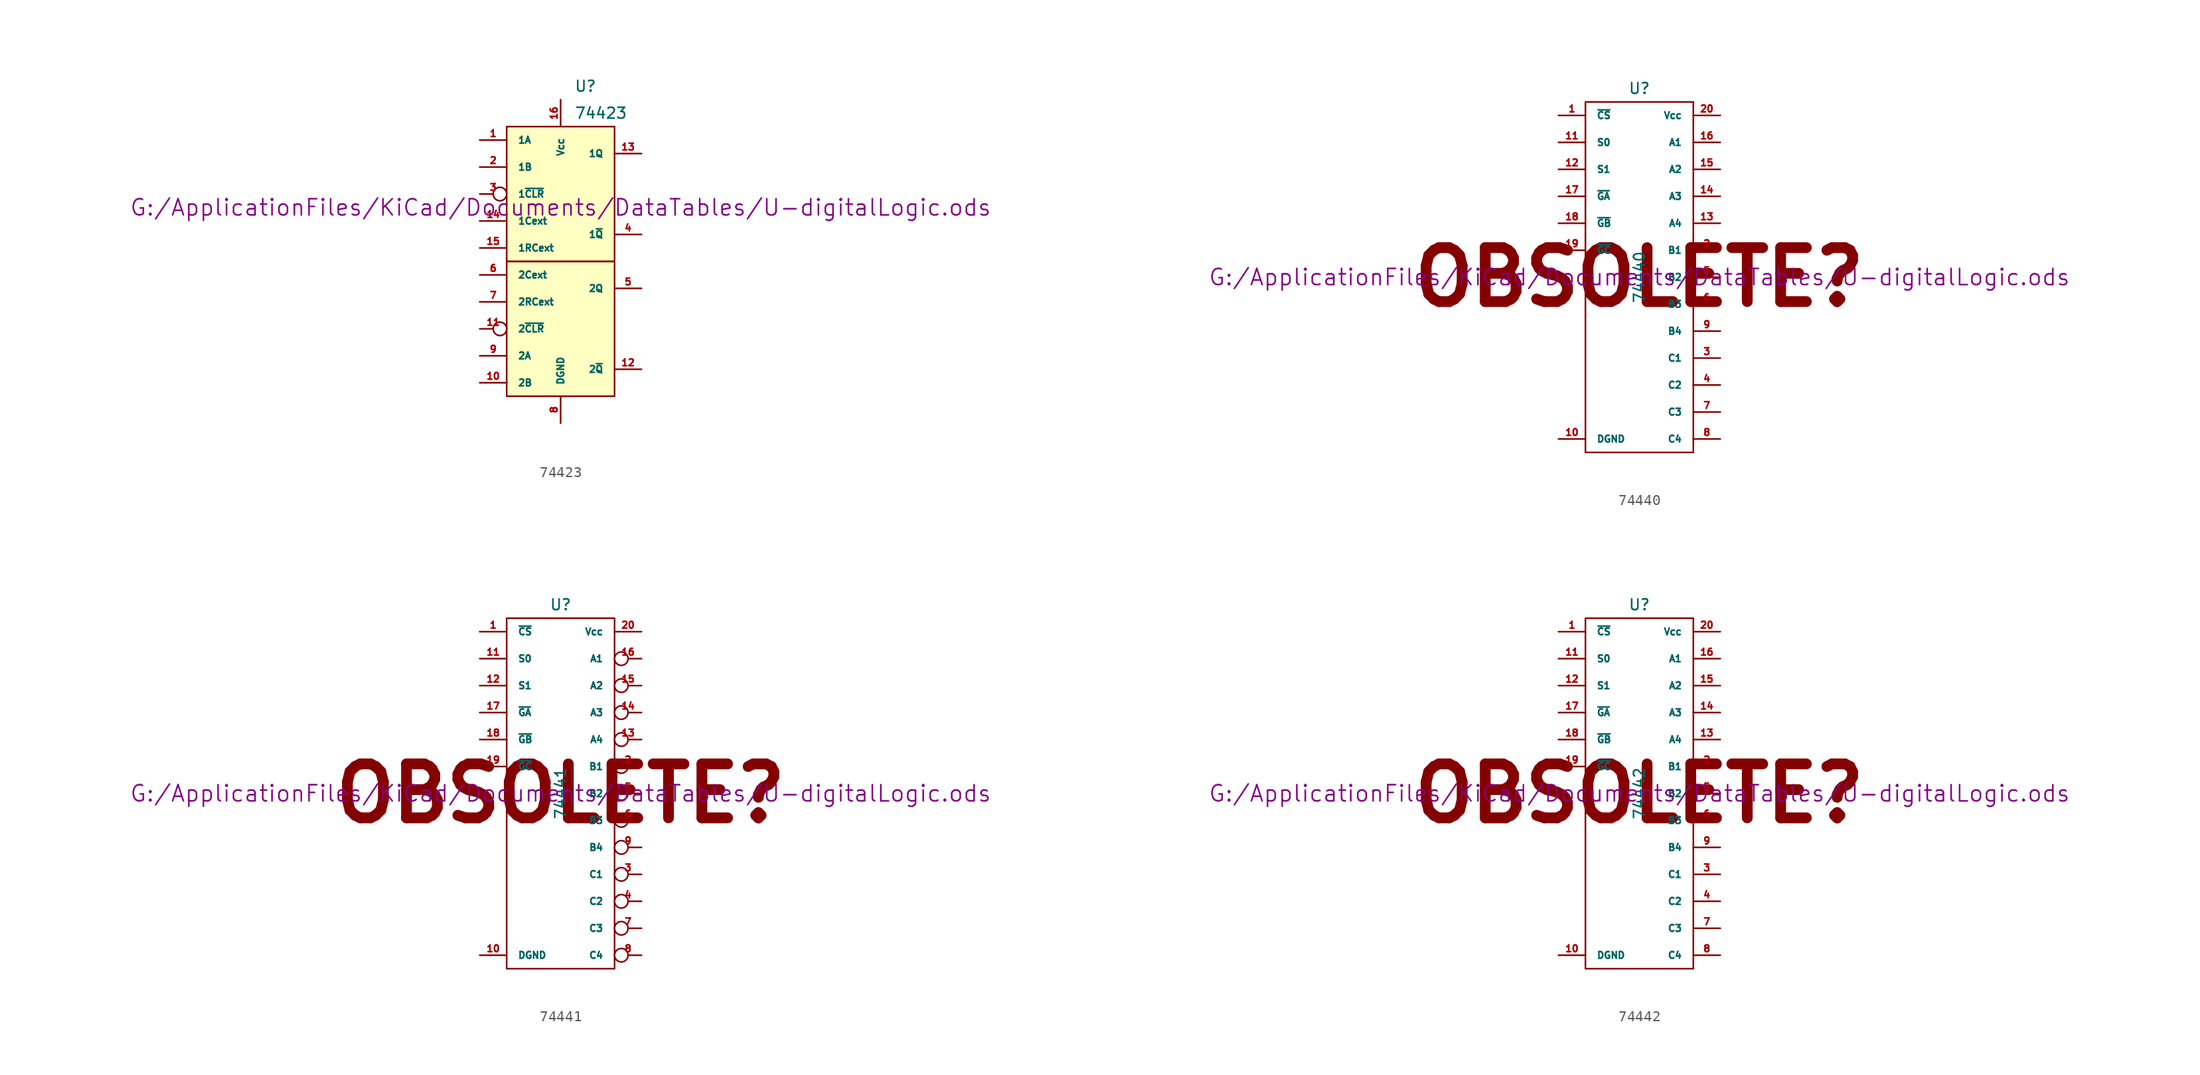
<source format=kicad_sym>
(kicad_symbol_lib
  (version 20211014)
  (generator kicad_symbol_editor)
  (symbol "74423"
    (pin_names
      (offset 1.016))
    (property "Reference" "U"
      (at 1.27 16.51 0)
      (effects (font (size 1.016 1.016)) (justify left)))
    (property "Value" "74423"
      (at 1.27 13.97 0)
      (effects (font (size 1.016 1.016)) (justify left)))
    (property "Footprint" ""
      (at 0 5.08 0)
      (effects (font (size 1.524 1.524))))
    (property "Datasheet" "G:/ApplicationFiles/KiCad/Documents/DataTables/U-digitalLogic.ods"
      (at 0 5.08 0)
      (effects (font (size 1.524 1.524))))
    (symbol "74423_0_1"
      (rectangle (start -5.08 0) (end 5.08 -12.7) (stroke (width 0) (type default) (color 0 0 0 0)) (fill (type background)))
      (rectangle (start -5.08 12.7) (end 5.08 0) (stroke (width 0) (type default) (color 0 0 0 0)) (fill (type background))))
    (symbol "74423_1_1"
      (pin input line (at -7.62 11.43 0) (length 2.54) (name "1A" (effects (font (size 0.635 0.635)))) (number "1" (effects (font (size 0.635 0.635)))))
      (pin input line (at -7.62 -11.43 0) (length 2.54) (name "2B" (effects (font (size 0.635 0.635)))) (number "10" (effects (font (size 0.635 0.635)))))
      (pin input inverted (at -7.62 -6.35 0) (length 2.54) (name "2~{CLR}" (effects (font (size 0.635 0.635)))) (number "11" (effects (font (size 0.635 0.635)))))
      (pin output line (at 7.62 -10.16 180) (length 2.54) (name "2~{Q}" (effects (font (size 0.635 0.635)))) (number "12" (effects (font (size 0.635 0.635)))))
      (pin output line (at 7.62 10.16 180) (length 2.54) (name "1Q" (effects (font (size 0.635 0.635)))) (number "13" (effects (font (size 0.635 0.635)))))
      (pin input line (at -7.62 3.81 0) (length 2.54) (name "1Cext" (effects (font (size 0.635 0.635)))) (number "14" (effects (font (size 0.635 0.635)))))
      (pin input line (at -7.62 1.27 0) (length 2.54) (name "1RCext" (effects (font (size 0.635 0.635)))) (number "15" (effects (font (size 0.635 0.635)))))
      (pin power_in line (at 0 15.24 270) (length 2.54) (name "Vcc" (effects (font (size 0.635 0.635)))) (number "16" (effects (font (size 0.635 0.635)))))
      (pin input line (at -7.62 8.89 0) (length 2.54) (name "1B" (effects (font (size 0.635 0.635)))) (number "2" (effects (font (size 0.635 0.635)))))
      (pin input inverted (at -7.62 6.35 0) (length 2.54) (name "1~{CLR}" (effects (font (size 0.635 0.635)))) (number "3" (effects (font (size 0.635 0.635)))))
      (pin output line (at 7.62 2.54 180) (length 2.54) (name "1~{Q}" (effects (font (size 0.635 0.635)))) (number "4" (effects (font (size 0.635 0.635)))))
      (pin output line (at 7.62 -2.54 180) (length 2.54) (name "2Q" (effects (font (size 0.635 0.635)))) (number "5" (effects (font (size 0.635 0.635)))))
      (pin input line (at -7.62 -1.27 0) (length 2.54) (name "2Cext" (effects (font (size 0.635 0.635)))) (number "6" (effects (font (size 0.635 0.635)))))
      (pin input line (at -7.62 -3.81 0) (length 2.54) (name "2RCext" (effects (font (size 0.635 0.635)))) (number "7" (effects (font (size 0.635 0.635)))))
      (pin power_in line (at 0 -15.24 90) (length 2.54) (name "DGND" (effects (font (size 0.635 0.635)))) (number "8" (effects (font (size 0.635 0.635)))))
      (pin input line (at -7.62 -8.89 0) (length 2.54) (name "2A" (effects (font (size 0.635 0.635)))) (number "9" (effects (font (size 0.635 0.635)))))))
  (symbol "74440"
    (pin_names
      (offset 1.016))
    (property "Reference" "U"
      (at 0 17.78 0)
      (effects (font (size 1.016 1.016))))
    (property "Value" "74440"
      (at 0 0 90)
      (effects (font (size 1.016 1.016))))
    (property "Footprint" ""
      (at 0 0 0)
      (effects (font (size 1.524 1.524))))
    (property "Datasheet" "G:/ApplicationFiles/KiCad/Documents/DataTables/U-digitalLogic.ods"
      (at 0 0 0)
      (effects (font (size 1.524 1.524))))
    (symbol "74440_0_0"
      (text "OBSOLETE?" (at 0 0 0) (effects (font (size 5.08 5.08) bold))))
    (symbol "74440_0_1"
      (rectangle (start -5.08 16.51) (end 5.08 -16.51) (stroke (width 0) (type default) (color 0 0 0 0)) (fill (type none))))
    (symbol "74440_1_1"
      (pin input line (at -7.62 15.24 0) (length 2.54) (name "~{CS}" (effects (font (size 0.635 0.635)))) (number "1" (effects (font (size 0.635 0.635)))))
      (pin power_in line (at -7.62 -15.24 0) (length 2.54) (name "DGND" (effects (font (size 0.635 0.635)))) (number "10" (effects (font (size 0.635 0.635)))))
      (pin input line (at -7.62 12.7 0) (length 2.54) (name "S0" (effects (font (size 0.635 0.635)))) (number "11" (effects (font (size 0.635 0.635)))))
      (pin input line (at -7.62 10.16 0) (length 2.54) (name "S1" (effects (font (size 0.635 0.635)))) (number "12" (effects (font (size 0.635 0.635)))))
      (pin open_collector line (at 7.62 5.08 180) (length 2.54) (name "A4" (effects (font (size 0.635 0.635)))) (number "13" (effects (font (size 0.635 0.635)))))
      (pin open_collector line (at 7.62 7.62 180) (length 2.54) (name "A3" (effects (font (size 0.635 0.635)))) (number "14" (effects (font (size 0.635 0.635)))))
      (pin open_collector line (at 7.62 10.16 180) (length 2.54) (name "A2" (effects (font (size 0.635 0.635)))) (number "15" (effects (font (size 0.635 0.635)))))
      (pin open_collector line (at 7.62 12.7 180) (length 2.54) (name "A1" (effects (font (size 0.635 0.635)))) (number "16" (effects (font (size 0.635 0.635)))))
      (pin input line (at -7.62 7.62 0) (length 2.54) (name "~{GA}" (effects (font (size 0.635 0.635)))) (number "17" (effects (font (size 0.635 0.635)))))
      (pin input line (at -7.62 5.08 0) (length 2.54) (name "~{GB}" (effects (font (size 0.635 0.635)))) (number "18" (effects (font (size 0.635 0.635)))))
      (pin input line (at -7.62 2.54 0) (length 2.54) (name "~{GC}" (effects (font (size 0.635 0.635)))) (number "19" (effects (font (size 0.635 0.635)))))
      (pin open_collector line (at 7.62 2.54 180) (length 2.54) (name "B1" (effects (font (size 0.635 0.635)))) (number "2" (effects (font (size 0.635 0.635)))))
      (pin power_in line (at 7.62 15.24 180) (length 2.54) (name "Vcc" (effects (font (size 0.635 0.635)))) (number "20" (effects (font (size 0.635 0.635)))))
      (pin open_collector line (at 7.62 -7.62 180) (length 2.54) (name "C1" (effects (font (size 0.635 0.635)))) (number "3" (effects (font (size 0.635 0.635)))))
      (pin open_collector line (at 7.62 -10.16 180) (length 2.54) (name "C2" (effects (font (size 0.635 0.635)))) (number "4" (effects (font (size 0.635 0.635)))))
      (pin open_collector line (at 7.62 0 180) (length 2.54) (name "B2" (effects (font (size 0.635 0.635)))) (number "5" (effects (font (size 0.635 0.635)))))
      (pin open_collector line (at 7.62 -2.54 180) (length 2.54) (name "B3" (effects (font (size 0.635 0.635)))) (number "6" (effects (font (size 0.635 0.635)))))
      (pin open_collector line (at 7.62 -12.7 180) (length 2.54) (name "C3" (effects (font (size 0.635 0.635)))) (number "7" (effects (font (size 0.635 0.635)))))
      (pin open_collector line (at 7.62 -15.24 180) (length 2.54) (name "C4" (effects (font (size 0.635 0.635)))) (number "8" (effects (font (size 0.635 0.635)))))
      (pin open_collector line (at 7.62 -5.08 180) (length 2.54) (name "B4" (effects (font (size 0.635 0.635)))) (number "9" (effects (font (size 0.635 0.635)))))))
  (symbol "74441"
    (pin_names
      (offset 1.016))
    (property "Reference" "U"
      (at 0 17.78 0)
      (effects (font (size 1.016 1.016))))
    (property "Value" "74441"
      (at 0 0 90)
      (effects (font (size 1.016 1.016))))
    (property "Footprint" ""
      (at 0 0 0)
      (effects (font (size 1.524 1.524))))
    (property "Datasheet" "G:/ApplicationFiles/KiCad/Documents/DataTables/U-digitalLogic.ods"
      (at 0 0 0)
      (effects (font (size 1.524 1.524))))
    (symbol "74441_0_0"
      (text "OBSOLETE?" (at 0 0 0) (effects (font (size 5.08 5.08) bold))))
    (symbol "74441_0_1"
      (rectangle (start -5.08 16.51) (end 5.08 -16.51) (stroke (width 0) (type default) (color 0 0 0 0)) (fill (type none))))
    (symbol "74441_1_1"
      (pin input line (at -7.62 15.24 0) (length 2.54) (name "~{CS}" (effects (font (size 0.635 0.635)))) (number "1" (effects (font (size 0.635 0.635)))))
      (pin power_in line (at -7.62 -15.24 0) (length 2.54) (name "DGND" (effects (font (size 0.635 0.635)))) (number "10" (effects (font (size 0.635 0.635)))))
      (pin input line (at -7.62 12.7 0) (length 2.54) (name "S0" (effects (font (size 0.635 0.635)))) (number "11" (effects (font (size 0.635 0.635)))))
      (pin input line (at -7.62 10.16 0) (length 2.54) (name "S1" (effects (font (size 0.635 0.635)))) (number "12" (effects (font (size 0.635 0.635)))))
      (pin open_collector inverted (at 7.62 5.08 180) (length 2.54) (name "A4" (effects (font (size 0.635 0.635)))) (number "13" (effects (font (size 0.635 0.635)))))
      (pin open_collector inverted (at 7.62 7.62 180) (length 2.54) (name "A3" (effects (font (size 0.635 0.635)))) (number "14" (effects (font (size 0.635 0.635)))))
      (pin open_collector inverted (at 7.62 10.16 180) (length 2.54) (name "A2" (effects (font (size 0.635 0.635)))) (number "15" (effects (font (size 0.635 0.635)))))
      (pin open_collector inverted (at 7.62 12.7 180) (length 2.54) (name "A1" (effects (font (size 0.635 0.635)))) (number "16" (effects (font (size 0.635 0.635)))))
      (pin input line (at -7.62 7.62 0) (length 2.54) (name "~{GA}" (effects (font (size 0.635 0.635)))) (number "17" (effects (font (size 0.635 0.635)))))
      (pin input line (at -7.62 5.08 0) (length 2.54) (name "~{GB}" (effects (font (size 0.635 0.635)))) (number "18" (effects (font (size 0.635 0.635)))))
      (pin input line (at -7.62 2.54 0) (length 2.54) (name "~{GC}" (effects (font (size 0.635 0.635)))) (number "19" (effects (font (size 0.635 0.635)))))
      (pin open_collector inverted (at 7.62 2.54 180) (length 2.54) (name "B1" (effects (font (size 0.635 0.635)))) (number "2" (effects (font (size 0.635 0.635)))))
      (pin power_in line (at 7.62 15.24 180) (length 2.54) (name "Vcc" (effects (font (size 0.635 0.635)))) (number "20" (effects (font (size 0.635 0.635)))))
      (pin open_collector inverted (at 7.62 -7.62 180) (length 2.54) (name "C1" (effects (font (size 0.635 0.635)))) (number "3" (effects (font (size 0.635 0.635)))))
      (pin open_collector inverted (at 7.62 -10.16 180) (length 2.54) (name "C2" (effects (font (size 0.635 0.635)))) (number "4" (effects (font (size 0.635 0.635)))))
      (pin open_collector inverted (at 7.62 0 180) (length 2.54) (name "B2" (effects (font (size 0.635 0.635)))) (number "5" (effects (font (size 0.635 0.635)))))
      (pin open_collector inverted (at 7.62 -2.54 180) (length 2.54) (name "B3" (effects (font (size 0.635 0.635)))) (number "6" (effects (font (size 0.635 0.635)))))
      (pin open_collector inverted (at 7.62 -12.7 180) (length 2.54) (name "C3" (effects (font (size 0.635 0.635)))) (number "7" (effects (font (size 0.635 0.635)))))
      (pin open_collector inverted (at 7.62 -15.24 180) (length 2.54) (name "C4" (effects (font (size 0.635 0.635)))) (number "8" (effects (font (size 0.635 0.635)))))
      (pin open_collector inverted (at 7.62 -5.08 180) (length 2.54) (name "B4" (effects (font (size 0.635 0.635)))) (number "9" (effects (font (size 0.635 0.635)))))))
  (symbol "74442"
    (pin_names
      (offset 1.016))
    (property "Reference" "U"
      (at 0 17.78 0)
      (effects (font (size 1.016 1.016))))
    (property "Value" "74442"
      (at 0 0 90)
      (effects (font (size 1.016 1.016))))
    (property "Footprint" ""
      (at 0 0 0)
      (effects (font (size 1.524 1.524))))
    (property "Datasheet" "G:/ApplicationFiles/KiCad/Documents/DataTables/U-digitalLogic.ods"
      (at 0 0 0)
      (effects (font (size 1.524 1.524))))
    (symbol "74442_0_0"
      (text "OBSOLETE?" (at 0 0 0) (effects (font (size 5.08 5.08) bold))))
    (symbol "74442_0_1"
      (rectangle (start -5.08 16.51) (end 5.08 -16.51) (stroke (width 0) (type default) (color 0 0 0 0)) (fill (type none))))
    (symbol "74442_1_1"
      (pin input line (at -7.62 15.24 0) (length 2.54) (name "~{CS}" (effects (font (size 0.635 0.635)))) (number "1" (effects (font (size 0.635 0.635)))))
      (pin power_in line (at -7.62 -15.24 0) (length 2.54) (name "DGND" (effects (font (size 0.635 0.635)))) (number "10" (effects (font (size 0.635 0.635)))))
      (pin input line (at -7.62 12.7 0) (length 2.54) (name "S0" (effects (font (size 0.635 0.635)))) (number "11" (effects (font (size 0.635 0.635)))))
      (pin input line (at -7.62 10.16 0) (length 2.54) (name "S1" (effects (font (size 0.635 0.635)))) (number "12" (effects (font (size 0.635 0.635)))))
      (pin tri_state line (at 7.62 5.08 180) (length 2.54) (name "A4" (effects (font (size 0.635 0.635)))) (number "13" (effects (font (size 0.635 0.635)))))
      (pin tri_state line (at 7.62 7.62 180) (length 2.54) (name "A3" (effects (font (size 0.635 0.635)))) (number "14" (effects (font (size 0.635 0.635)))))
      (pin tri_state line (at 7.62 10.16 180) (length 2.54) (name "A2" (effects (font (size 0.635 0.635)))) (number "15" (effects (font (size 0.635 0.635)))))
      (pin tri_state line (at 7.62 12.7 180) (length 2.54) (name "A1" (effects (font (size 0.635 0.635)))) (number "16" (effects (font (size 0.635 0.635)))))
      (pin input line (at -7.62 7.62 0) (length 2.54) (name "~{GA}" (effects (font (size 0.635 0.635)))) (number "17" (effects (font (size 0.635 0.635)))))
      (pin input line (at -7.62 5.08 0) (length 2.54) (name "~{GB}" (effects (font (size 0.635 0.635)))) (number "18" (effects (font (size 0.635 0.635)))))
      (pin input line (at -7.62 2.54 0) (length 2.54) (name "~{GC}" (effects (font (size 0.635 0.635)))) (number "19" (effects (font (size 0.635 0.635)))))
      (pin tri_state line (at 7.62 2.54 180) (length 2.54) (name "B1" (effects (font (size 0.635 0.635)))) (number "2" (effects (font (size 0.635 0.635)))))
      (pin power_in line (at 7.62 15.24 180) (length 2.54) (name "Vcc" (effects (font (size 0.635 0.635)))) (number "20" (effects (font (size 0.635 0.635)))))
      (pin tri_state line (at 7.62 -7.62 180) (length 2.54) (name "C1" (effects (font (size 0.635 0.635)))) (number "3" (effects (font (size 0.635 0.635)))))
      (pin tri_state line (at 7.62 -10.16 180) (length 2.54) (name "C2" (effects (font (size 0.635 0.635)))) (number "4" (effects (font (size 0.635 0.635)))))
      (pin tri_state line (at 7.62 0 180) (length 2.54) (name "B2" (effects (font (size 0.635 0.635)))) (number "5" (effects (font (size 0.635 0.635)))))
      (pin tri_state line (at 7.62 -2.54 180) (length 2.54) (name "B3" (effects (font (size 0.635 0.635)))) (number "6" (effects (font (size 0.635 0.635)))))
      (pin tri_state line (at 7.62 -12.7 180) (length 2.54) (name "C3" (effects (font (size 0.635 0.635)))) (number "7" (effects (font (size 0.635 0.635)))))
      (pin tri_state line (at 7.62 -15.24 180) (length 2.54) (name "C4" (effects (font (size 0.635 0.635)))) (number "8" (effects (font (size 0.635 0.635)))))
      (pin tri_state line (at 7.62 -5.08 180) (length 2.54) (name "B4" (effects (font (size 0.635 0.635)))) (number "9" (effects (font (size 0.635 0.635))))))))
</source>
